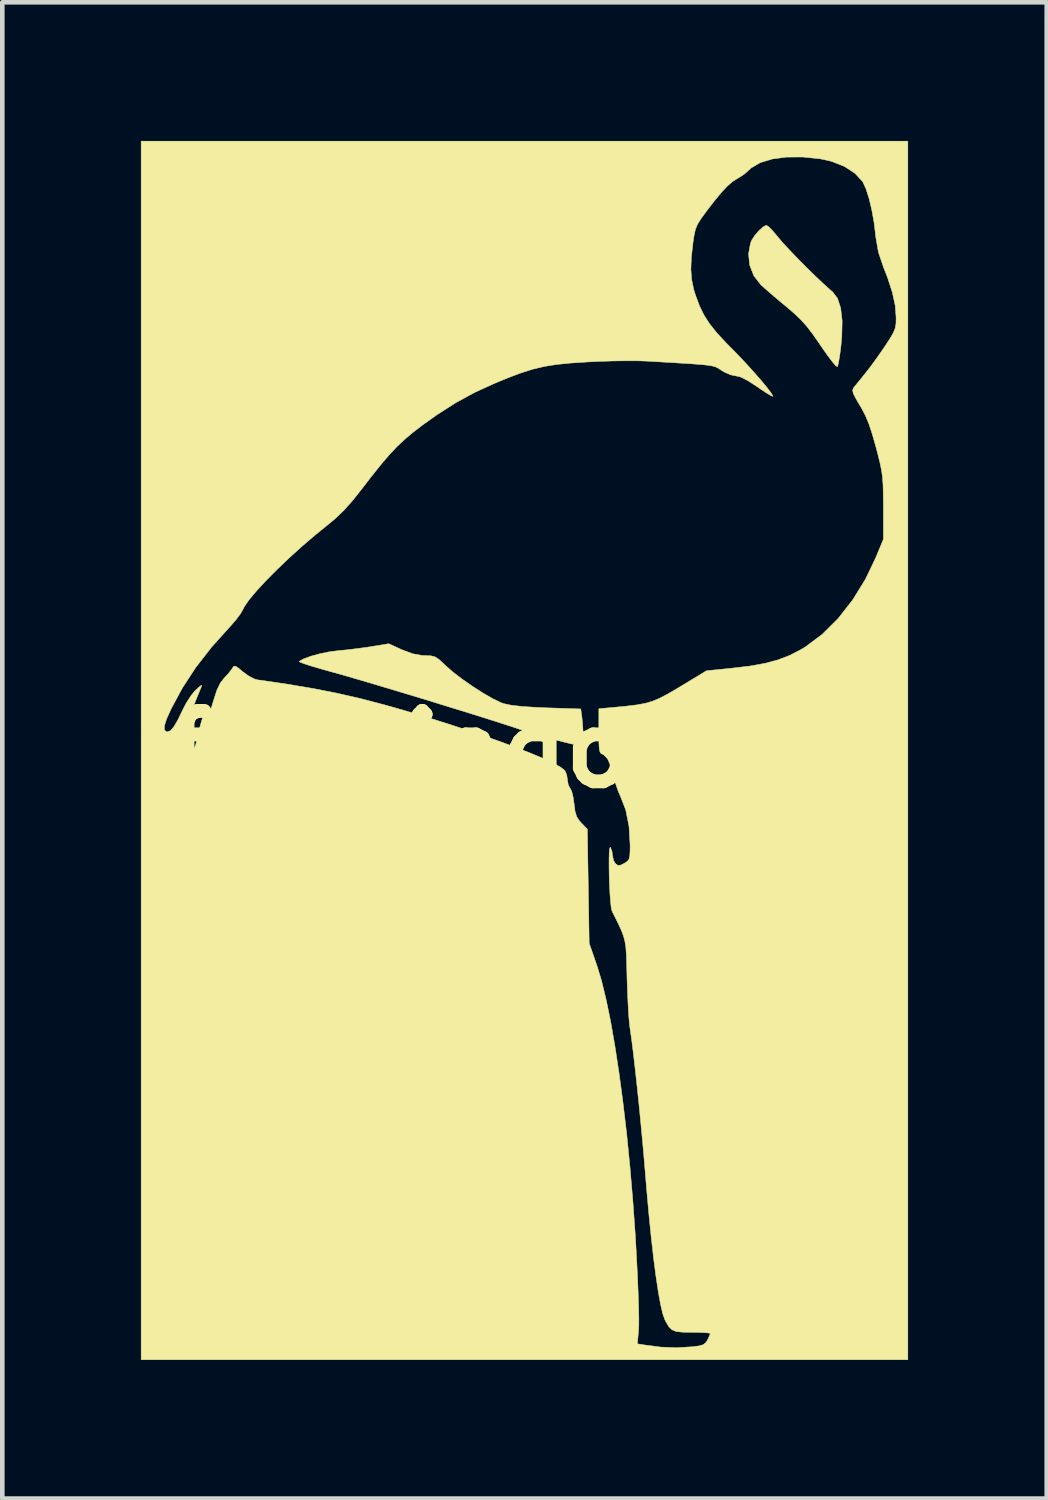
<source format=kicad_pcb>
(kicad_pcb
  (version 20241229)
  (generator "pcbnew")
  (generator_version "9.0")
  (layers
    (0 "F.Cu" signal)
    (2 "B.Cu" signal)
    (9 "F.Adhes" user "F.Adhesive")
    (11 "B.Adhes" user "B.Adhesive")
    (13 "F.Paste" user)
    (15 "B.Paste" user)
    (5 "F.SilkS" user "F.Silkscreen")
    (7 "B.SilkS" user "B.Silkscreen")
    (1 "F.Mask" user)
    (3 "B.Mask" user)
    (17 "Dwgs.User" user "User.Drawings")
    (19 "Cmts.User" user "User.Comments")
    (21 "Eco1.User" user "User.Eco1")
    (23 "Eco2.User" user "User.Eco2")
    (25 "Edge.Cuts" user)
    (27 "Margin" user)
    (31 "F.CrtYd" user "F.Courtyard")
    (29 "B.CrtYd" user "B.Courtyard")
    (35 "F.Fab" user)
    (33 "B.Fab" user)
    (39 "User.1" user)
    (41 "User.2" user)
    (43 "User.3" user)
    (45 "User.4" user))
  (footprint "flamingoLogo"
    (layer "F.Cu")
    (at 8.302 13.171)
    (property "Reference" "flamingoLogo" (at 0 0 0) (layer "F.SilkS") (effects (font (size 1.524 1.524) (thickness 0.3))))
    (attr through_hole)
    (fp_poly (pts (xy 5.284 -11.314) (xy 5.367 -11.231) (xy 5.466 -11.114) (xy 5.475 -11.102) (xy 5.577 -10.981) (xy 5.726 -10.82) (xy 5.906 -10.632) (xy 6.102 -10.434) (xy 6.298 -10.242) (xy 6.478 -10.072) (xy 6.627 -9.938) (xy 6.668 -9.904) (xy 6.774 -9.765) (xy 6.843 -9.554) (xy 6.875 -9.275) (xy 6.867 -8.932) (xy 6.851 -8.753) (xy 6.828 -8.569) (xy 6.804 -8.416) (xy 6.783 -8.314) (xy 6.772 -8.283) (xy 6.739 -8.304) (xy 6.669 -8.384) (xy 6.571 -8.512) (xy 6.455 -8.677) (xy 6.406 -8.749) (xy 6.248 -8.977) (xy 6.112 -9.155) (xy 5.978 -9.304) (xy 5.825 -9.449) (xy 5.67 -9.581) (xy 5.497 -9.725) (xy 5.332 -9.866) (xy 5.194 -9.986) (xy 5.112 -10.061) (xy 4.963 -10.253) (xy 4.874 -10.482) (xy 4.849 -10.725) (xy 4.891 -10.957) (xy 4.921 -11.028) (xy 4.987 -11.129) (xy 5.076 -11.231) (xy 5.165 -11.311) (xy 5.231 -11.345) (xy 5.234 -11.345) (xy 5.284 -11.314)) (stroke (width 0.01) (type solid)) (fill yes) (layer "F.SilkS"))
    (fp_poly (pts (xy -2.656 -2.16) (xy -2.418 -2.071) (xy -2.209 -2.034) (xy -2.151 -2.032) (xy -2.029 -2.028) (xy -1.94 -2.006) (xy -1.856 -1.953) (xy -1.748 -1.855) (xy -1.716 -1.823) (xy -1.555 -1.681) (xy -1.352 -1.525) (xy -1.127 -1.368) (xy -0.9 -1.222) (xy -0.689 -1.1) (xy -0.513 -1.015) (xy -0.45 -0.992) (xy -0.288 -0.958) (xy -0.044 -0.93) (xy 0.278 -0.91) (xy 0.492 -0.901) (xy 1.218 -0.877) (xy 1.244 -0.687) (xy 1.26 -0.518) (xy 1.269 -0.335) (xy 1.27 -0.29) (xy 1.269 -0.199) (xy 1.26 -0.137) (xy 1.228 -0.103) (xy 1.163 -0.096) (xy 1.051 -0.113) (xy 0.882 -0.153) (xy 0.656 -0.211) (xy 0.437 -0.27) (xy 0.217 -0.333) (xy 0.029 -0.391) (xy -0.064 -0.422) (xy -0.221 -0.476) (xy -0.448 -0.55) (xy -0.733 -0.641) (xy -1.063 -0.745) (xy -1.427 -0.858) (xy -1.813 -0.977) (xy -2.209 -1.099) (xy -2.604 -1.218) (xy -2.986 -1.333) (xy -3.342 -1.439) (xy -3.66 -1.533) (xy -3.93 -1.611) (xy -4.14 -1.67) (xy -4.16 -1.675) (xy -4.396 -1.741) (xy -4.597 -1.8) (xy -4.753 -1.85) (xy -4.852 -1.887) (xy -4.88 -1.906) (xy -4.88 -1.906) (xy -4.781 -1.961) (xy -4.623 -2.019) (xy -4.429 -2.072) (xy -4.225 -2.114) (xy -4.043 -2.137) (xy -3.832 -2.158) (xy -3.586 -2.188) (xy -3.354 -2.221) (xy -3.322 -2.226) (xy -2.939 -2.289) (xy -2.656 -2.16)) (stroke (width 0.01) (type solid)) (fill yes) (layer "F.SilkS"))
    (fp_poly (pts (xy 8.297 13.208) (xy -8.297 13.208) (xy -8.297 -0.421) (xy -7.794 -0.421) (xy -7.747 -0.383) (xy -7.728 -0.381) (xy -7.663 -0.407) (xy -7.59 -0.49) (xy -7.503 -0.638) (xy -7.41 -0.832) (xy -7.323 -1.001) (xy -7.223 -1.158) (xy -7.133 -1.27) (xy -7.129 -1.274) (xy -7.045 -1.351) (xy -6.994 -1.389) (xy -6.985 -1.389) (xy -7.001 -1.341) (xy -7.042 -1.239) (xy -7.086 -1.136) (xy -7.211 -0.817) (xy -7.301 -0.512) (xy -7.35 -0.241) (xy -7.357 -0.058) (xy -7.345 0.178) (xy -7.237 0.092) (xy -7.168 0.016) (xy -7.117 -0.1) (xy -7.074 -0.277) (xy -7.073 -0.282) (xy -7.034 -0.455) (xy -6.99 -0.617) (xy -6.954 -0.72) (xy -6.912 -0.81) (xy -6.885 -0.828) (xy -6.861 -0.787) (xy -6.84 -0.77) (xy -6.809 -0.82) (xy -6.766 -0.942) (xy -6.73 -1.062) (xy -6.658 -1.284) (xy -6.583 -1.439) (xy -6.5 -1.546) (xy -6.407 -1.646) (xy -6.336 -1.738) (xy -6.325 -1.756) (xy -6.295 -1.799) (xy -6.258 -1.804) (xy -6.195 -1.765) (xy -6.096 -1.682) (xy -5.97 -1.59) (xy -5.844 -1.526) (xy -5.782 -1.508) (xy -5.154 -1.417) (xy -4.588 -1.322) (xy -4.062 -1.219) (xy -3.553 -1.103) (xy -3.039 -0.968) (xy -2.897 -0.929) (xy -2.414 -0.789) (xy -1.936 -0.643) (xy -1.472 -0.494) (xy -1.028 -0.346) (xy -0.612 -0.201) (xy -0.232 -0.062) (xy 0.105 0.069) (xy 0.392 0.189) (xy 0.619 0.294) (xy 0.781 0.383) (xy 0.869 0.452) (xy 0.873 0.456) (xy 0.914 0.551) (xy 0.93 0.662) (xy 0.948 0.77) (xy 0.989 0.842) (xy 1.022 0.906) (xy 1.052 1.029) (xy 1.073 1.172) (xy 1.094 1.338) (xy 1.128 1.451) (xy 1.185 1.541) (xy 1.229 1.589) (xy 1.36 1.724) (xy 1.38 2.959) (xy 1.4 4.195) (xy 1.565 4.669) (xy 1.666 5.001) (xy 1.766 5.41) (xy 1.864 5.887) (xy 1.958 6.426) (xy 2.048 7.017) (xy 2.133 7.654) (xy 2.212 8.328) (xy 2.282 9.032) (xy 2.344 9.758) (xy 2.397 10.497) (xy 2.411 10.736) (xy 2.431 11.109) (xy 2.448 11.464) (xy 2.461 11.791) (xy 2.47 12.077) (xy 2.475 12.309) (xy 2.474 12.477) (xy 2.471 12.542) (xy 2.443 12.863) (xy 2.587 12.887) (xy 2.957 12.935) (xy 3.292 12.948) (xy 3.632 12.927) (xy 3.637 12.927) (xy 3.786 12.907) (xy 3.875 12.879) (xy 3.93 12.832) (xy 3.96 12.781) (xy 4.003 12.691) (xy 4.022 12.639) (xy 4.022 12.639) (xy 3.982 12.629) (xy 3.877 12.621) (xy 3.724 12.616) (xy 3.626 12.615) (xy 3.423 12.612) (xy 3.285 12.597) (xy 3.192 12.56) (xy 3.123 12.493) (xy 3.06 12.385) (xy 3.037 12.34) (xy 2.992 12.213) (xy 2.944 12.007) (xy 2.894 11.73) (xy 2.843 11.388) (xy 2.791 10.988) (xy 2.74 10.536) (xy 2.69 10.039) (xy 2.642 9.503) (xy 2.623 9.271) (xy 2.592 8.898) (xy 2.556 8.498) (xy 2.517 8.086) (xy 2.477 7.675) (xy 2.435 7.277) (xy 2.394 6.906) (xy 2.356 6.575) (xy 2.321 6.298) (xy 2.292 6.087) (xy 2.283 6.032) (xy 2.268 5.909) (xy 2.253 5.719) (xy 2.24 5.482) (xy 2.228 5.216) (xy 2.219 4.953) (xy 2.212 4.671) (xy 2.205 4.457) (xy 2.194 4.291) (xy 2.174 4.157) (xy 2.142 4.036) (xy 2.095 3.912) (xy 2.027 3.766) (xy 1.935 3.58) (xy 1.894 3.497) (xy 1.877 3.428) (xy 1.863 3.302) (xy 1.85 3.135) (xy 1.84 2.942) (xy 1.833 2.738) (xy 1.83 2.54) (xy 1.83 2.363) (xy 1.834 2.223) (xy 1.844 2.135) (xy 1.858 2.115) (xy 1.859 2.117) (xy 1.894 2.207) (xy 1.904 2.294) (xy 1.928 2.404) (xy 1.969 2.471) (xy 2.022 2.51) (xy 2.082 2.503) (xy 2.159 2.464) (xy 2.223 2.423) (xy 2.261 2.377) (xy 2.279 2.303) (xy 2.285 2.18) (xy 2.286 2.072) (xy 2.262 1.665) (xy 2.192 1.312) (xy 2.091 1.05) (xy 2.019 0.88) (xy 1.958 0.693) (xy 1.942 0.629) (xy 1.874 0.373) (xy 1.797 0.201) (xy 1.712 0.114) (xy 1.694 0.106) (xy 1.657 0.088) (xy 1.633 0.052) (xy 1.618 -0.017) (xy 1.611 -0.134) (xy 1.609 -0.315) (xy 1.609 -0.402) (xy 1.609 -0.882) (xy 1.894 -0.908) (xy 2.191 -0.936) (xy 2.422 -0.964) (xy 2.609 -0.998) (xy 2.77 -1.044) (xy 2.925 -1.109) (xy 3.095 -1.198) (xy 3.299 -1.317) (xy 3.377 -1.364) (xy 3.939 -1.704) (xy 4.478 -1.758) (xy 4.874 -1.805) (xy 5.203 -1.864) (xy 5.485 -1.939) (xy 5.738 -2.036) (xy 5.979 -2.16) (xy 6.083 -2.223) (xy 6.444 -2.493) (xy 6.787 -2.834) (xy 7.102 -3.236) (xy 7.38 -3.687) (xy 7.601 -4.149) (xy 7.768 -4.551) (xy 7.767 -5.249) (xy 7.765 -5.515) (xy 7.76 -5.719) (xy 7.749 -5.886) (xy 7.728 -6.039) (xy 7.694 -6.201) (xy 7.646 -6.396) (xy 7.608 -6.54) (xy 7.528 -6.822) (xy 7.455 -7.043) (xy 7.379 -7.226) (xy 7.292 -7.392) (xy 7.259 -7.446) (xy 7.167 -7.603) (xy 7.116 -7.706) (xy 7.102 -7.773) (xy 7.117 -7.82) (xy 7.122 -7.827) (xy 7.175 -7.893) (xy 7.263 -8.001) (xy 7.367 -8.129) (xy 7.37 -8.133) (xy 7.484 -8.279) (xy 7.62 -8.465) (xy 7.755 -8.658) (xy 7.804 -8.731) (xy 7.914 -8.899) (xy 7.984 -9.021) (xy 8.023 -9.118) (xy 8.04 -9.215) (xy 8.043 -9.333) (xy 8.043 -9.341) (xy 8.024 -9.604) (xy 7.962 -9.891) (xy 7.855 -10.22) (xy 7.773 -10.428) (xy 7.66 -10.761) (xy 7.603 -11.09) (xy 7.601 -11.113) (xy 7.568 -11.39) (xy 7.519 -11.665) (xy 7.459 -11.919) (xy 7.392 -12.13) (xy 7.324 -12.28) (xy 7.316 -12.292) (xy 7.152 -12.47) (xy 6.923 -12.619) (xy 6.642 -12.73) (xy 6.398 -12.784) (xy 6.019 -12.823) (xy 5.669 -12.821) (xy 5.359 -12.779) (xy 5.1 -12.7) (xy 4.904 -12.585) (xy 4.847 -12.531) (xy 4.751 -12.448) (xy 4.628 -12.369) (xy 4.611 -12.36) (xy 4.504 -12.293) (xy 4.389 -12.193) (xy 4.256 -12.05) (xy 4.095 -11.854) (xy 3.932 -11.641) (xy 3.818 -11.485) (xy 3.745 -11.367) (xy 3.699 -11.256) (xy 3.67 -11.124) (xy 3.646 -10.964) (xy 3.611 -10.648) (xy 3.601 -10.391) (xy 3.618 -10.169) (xy 3.661 -9.96) (xy 3.701 -9.832) (xy 3.788 -9.599) (xy 3.886 -9.398) (xy 4.008 -9.209) (xy 4.165 -9.013) (xy 4.372 -8.791) (xy 4.464 -8.698) (xy 4.639 -8.52) (xy 4.815 -8.332) (xy 4.983 -8.146) (xy 5.133 -7.973) (xy 5.255 -7.825) (xy 5.339 -7.713) (xy 5.376 -7.649) (xy 5.376 -7.644) (xy 5.344 -7.653) (xy 5.259 -7.703) (xy 5.133 -7.784) (xy 5.039 -7.849) (xy 4.83 -7.985) (xy 4.675 -8.063) (xy 4.572 -8.086) (xy 4.459 -8.109) (xy 4.324 -8.169) (xy 4.268 -8.202) (xy 4.221 -8.234) (xy 4.18 -8.259) (xy 4.135 -8.28) (xy 4.077 -8.297) (xy 3.998 -8.311) (xy 3.886 -8.325) (xy 3.735 -8.338) (xy 3.533 -8.352) (xy 3.272 -8.368) (xy 2.943 -8.388) (xy 2.646 -8.405) (xy 2.447 -8.412) (xy 2.188 -8.412) (xy 1.894 -8.408) (xy 1.59 -8.398) (xy 1.364 -8.387) (xy 1 -8.363) (xy 0.698 -8.333) (xy 0.434 -8.291) (xy 0.185 -8.232) (xy -0.073 -8.151) (xy -0.362 -8.042) (xy -0.629 -7.932) (xy -1.069 -7.732) (xy -1.481 -7.508) (xy -1.893 -7.245) (xy -2.213 -7.017) (xy -2.414 -6.863) (xy -2.591 -6.714) (xy -2.756 -6.559) (xy -2.922 -6.383) (xy -3.101 -6.174) (xy -3.305 -5.919) (xy -3.511 -5.652) (xy -3.719 -5.389) (xy -3.906 -5.179) (xy -4.091 -5.001) (xy -4.266 -4.856) (xy -4.548 -4.627) (xy -4.832 -4.383) (xy -5.108 -4.132) (xy -5.367 -3.884) (xy -5.601 -3.648) (xy -5.8 -3.432) (xy -5.956 -3.246) (xy -6.059 -3.099) (xy -6.089 -3.04) (xy -6.146 -2.939) (xy -6.244 -2.808) (xy -6.361 -2.673) (xy -6.367 -2.667) (xy -6.774 -2.214) (xy -7.116 -1.774) (xy -7.406 -1.329) (xy -7.647 -0.881) (xy -7.745 -0.665) (xy -7.793 -0.513) (xy -7.794 -0.421) (xy -8.297 -0.421) (xy -8.297 -13.166) (xy 8.297 -13.166) (xy 8.297 13.208)) (stroke (width 0.01) (type solid)) (fill yes) (layer "F.SilkS")))
  (gr_rect
    (start -3 -3)
    (end 19.605 29.384)
    (stroke (width 0.1) (type default))
    (fill no)
    (layer "Edge.Cuts")))
</source>
